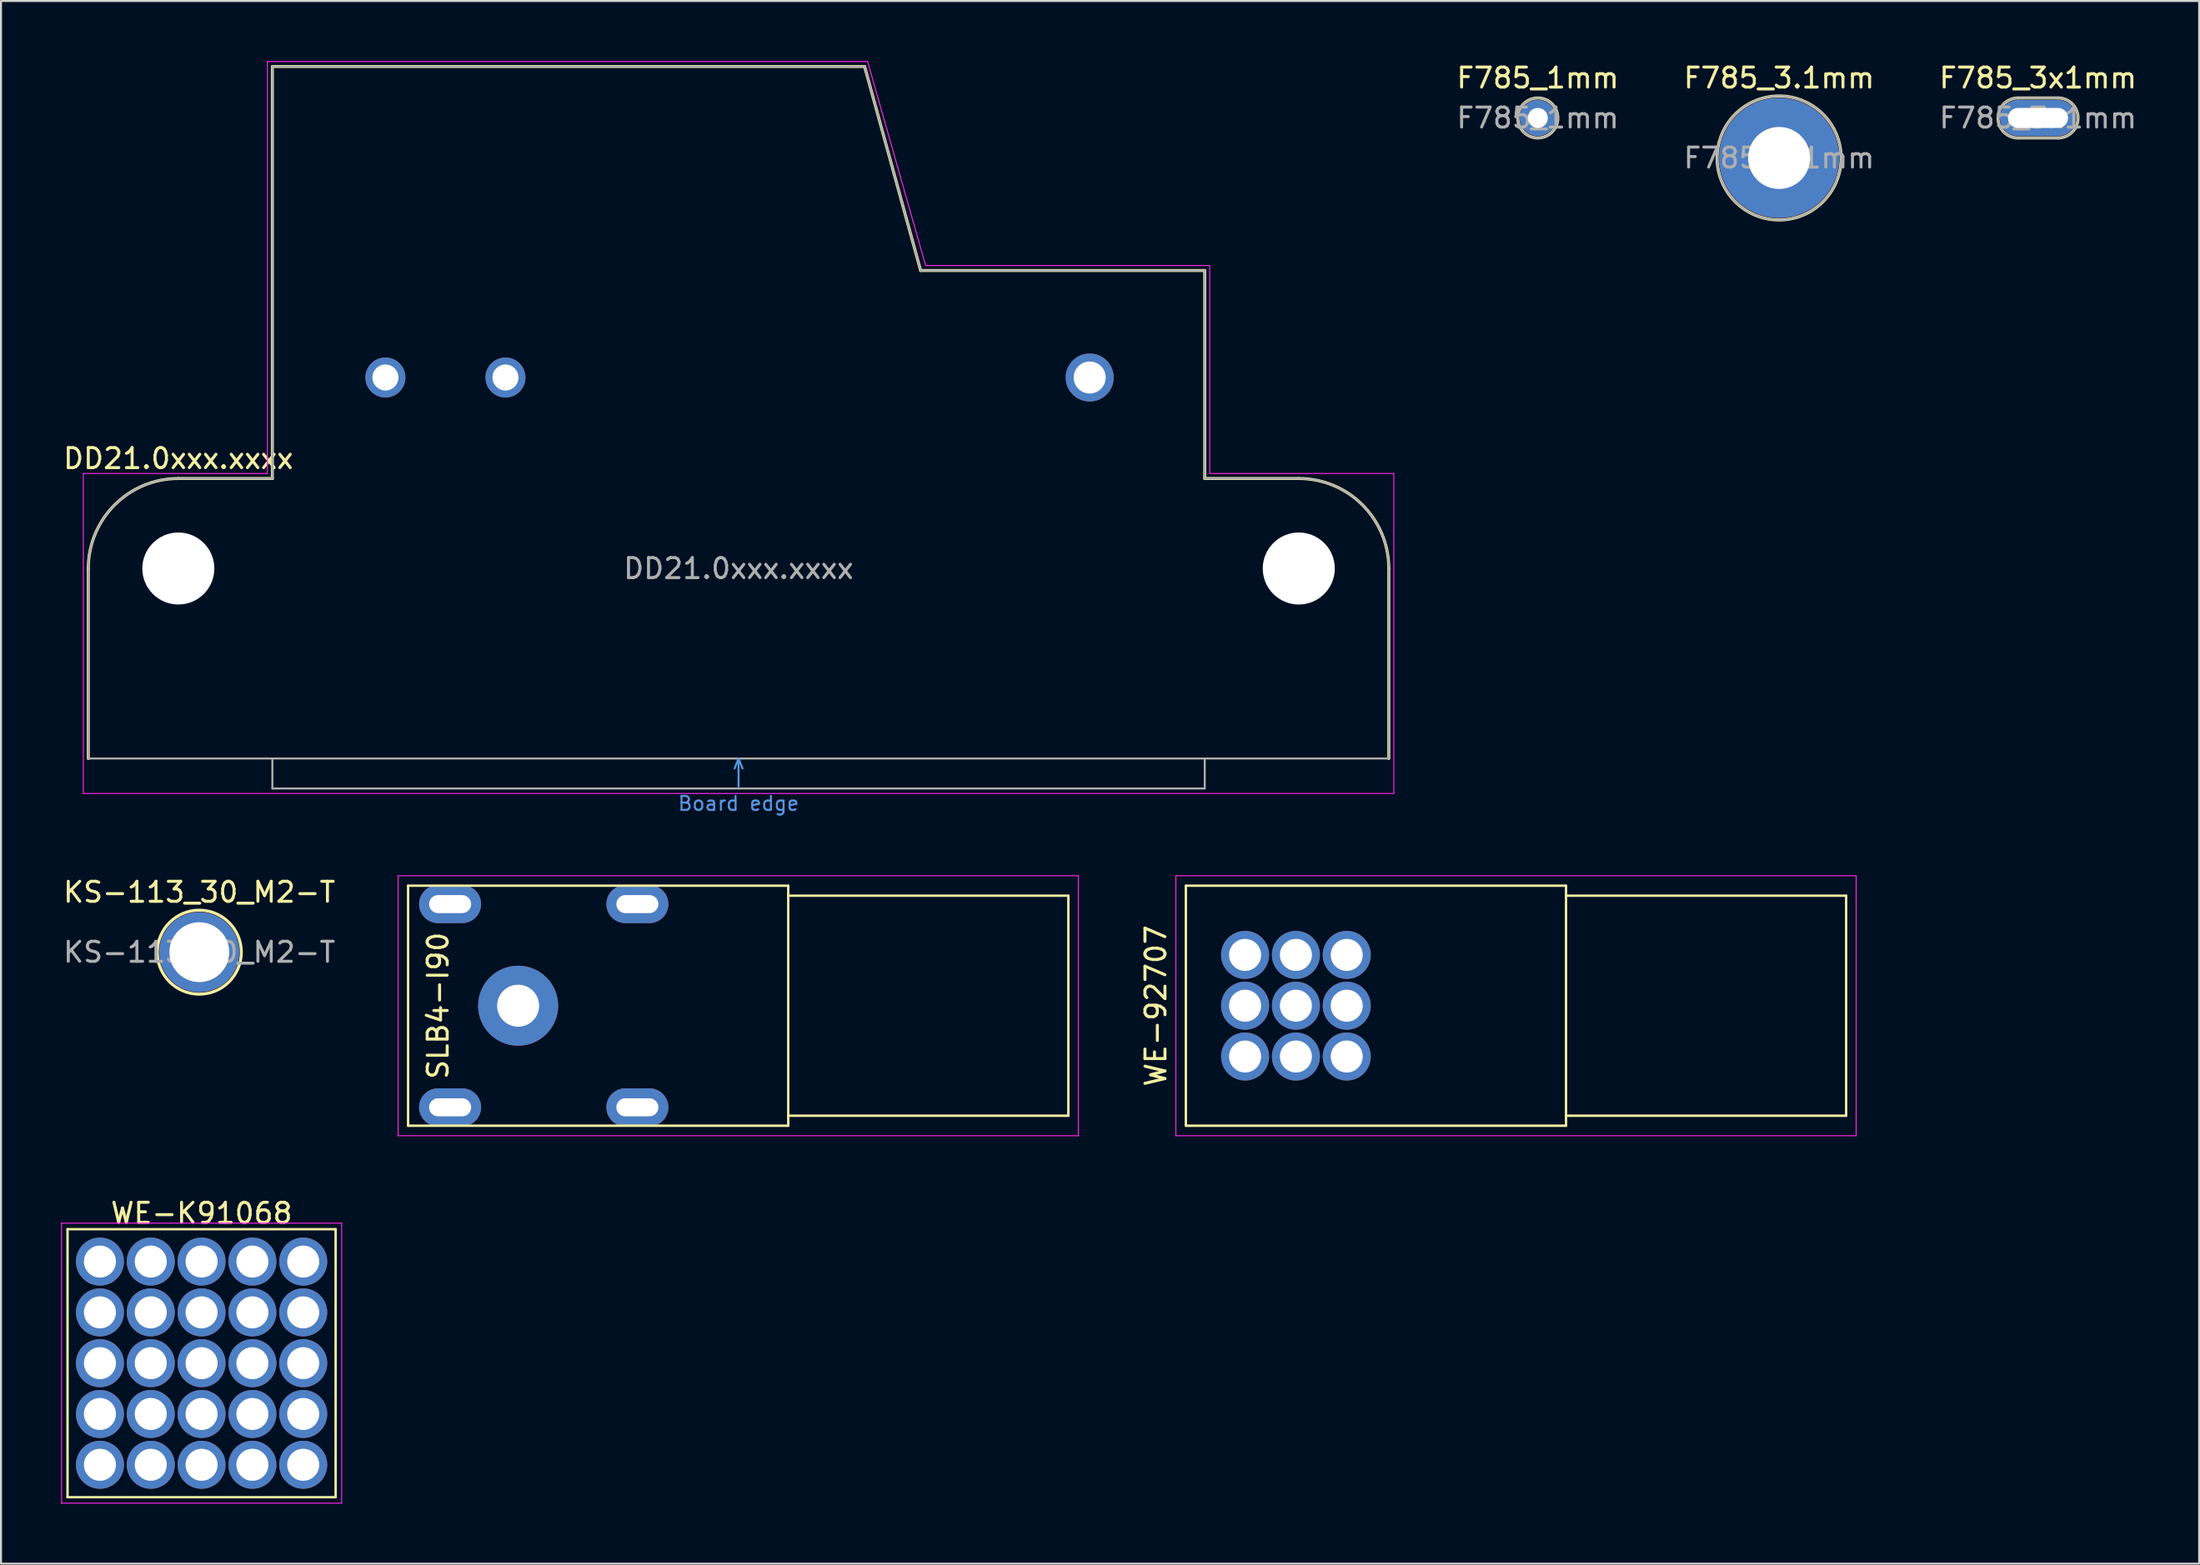
<source format=kicad_pcb>
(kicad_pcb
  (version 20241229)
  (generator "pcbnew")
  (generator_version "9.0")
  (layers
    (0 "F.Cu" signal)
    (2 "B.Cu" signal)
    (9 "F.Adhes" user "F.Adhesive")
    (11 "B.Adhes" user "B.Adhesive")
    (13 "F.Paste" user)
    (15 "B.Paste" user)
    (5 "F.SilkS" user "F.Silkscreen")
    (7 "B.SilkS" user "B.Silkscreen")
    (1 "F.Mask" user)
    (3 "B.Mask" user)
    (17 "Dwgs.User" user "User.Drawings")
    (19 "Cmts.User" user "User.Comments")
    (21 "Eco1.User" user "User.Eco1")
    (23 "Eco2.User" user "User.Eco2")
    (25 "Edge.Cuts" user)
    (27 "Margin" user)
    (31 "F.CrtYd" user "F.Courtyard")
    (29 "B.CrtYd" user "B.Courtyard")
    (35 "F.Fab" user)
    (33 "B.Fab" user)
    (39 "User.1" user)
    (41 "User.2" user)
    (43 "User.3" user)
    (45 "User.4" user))
  (footprint "F785_3x1mm"
    (layer "F.Cu")
    (at 98.811 2.848)
    (property "Reference" "F785_3x1mm" (at 0 -2 0) (layer "F.SilkS") (effects (font (size 1 1) (thickness 0.15))))
    (attr through_hole)
    (fp_line (start -1 -1) (end 1 -1) (stroke (width 0.15) (type solid)) (layer "F.SilkS"))
    (fp_line (start -1 1) (end 1 1) (stroke (width 0.15) (type solid)) (layer "F.SilkS"))
    (fp_arc (start -1 1) (mid -2 0) (end -1 -1) (stroke (width 0.15) (type solid)) (layer "F.SilkS"))
    (fp_arc (start 1 -1) (mid 2 0) (end 1 1) (stroke (width 0.15) (type solid)) (layer "F.SilkS"))
    (fp_line (start -1 -1) (end 1 -1) (stroke (width 0.1) (type solid)) (layer "F.Fab"))
    (fp_line (start -1 1) (end 1 1) (stroke (width 0.1) (type solid)) (layer "F.Fab"))
    (fp_arc (start -1 1) (mid -2 0) (end -1 -1) (stroke (width 0.1) (type solid)) (layer "F.Fab"))
    (fp_arc (start 1 -1) (mid 2 0) (end 1 1) (stroke (width 0.1) (type solid)) (layer "F.Fab"))
    (fp_text user "${REFERENCE}" (at 0 0 0) (layer "F.Fab") (effects (font (size 1 1) (thickness 0.15))))
    (pad "1" thru_hole oval (at 0 0) (size 3.8 1.8) (drill oval 3 1) (layers "*.Cu" "*.Mask")))
  (footprint "F785_1mm"
    (layer "F.Cu")
    (at 73.811 2.848)
    (property "Reference" "F785_1mm" (at 0 -2 0) (layer "F.SilkS") (effects (font (size 1 1) (thickness 0.15))))
    (attr through_hole)
    (fp_circle (center 0 0) (end -1 0) (stroke (width 0.15) (type solid)) (fill no) (layer "F.SilkS"))
    (fp_circle (center 0 0) (end 1 0) (stroke (width 0.1) (type solid)) (fill no) (layer "F.Fab"))
    (fp_text user "${REFERENCE}" (at 0 0 0) (layer "F.Fab") (effects (font (size 1 1) (thickness 0.15))))
    (pad "1" thru_hole circle (at 0 0) (size 1.8 1.8) (drill 1) (layers "*.Cu" "*.Mask")))
  (footprint "SLB4-I90"
    (layer "F.Cu")
    (at 22.846 47.235)
    (property "Reference" "SLB4-I90" (at -4 0 90) (layer "F.SilkS") (effects (font (size 1 1) (thickness 0.15))))
    (attr through_hole)
    (fp_line (start -5.5 -6) (end -5.5 6) (stroke (width 0.12) (type solid)) (layer "F.SilkS"))
    (fp_line (start -5.5 -6) (end 13.5 -6) (stroke (width 0.12) (type solid)) (layer "F.SilkS"))
    (fp_line (start -5.5 6) (end 13.5 6) (stroke (width 0.12) (type solid)) (layer "F.SilkS"))
    (fp_line (start 13.5 -5.5) (end 27.5 -5.5) (stroke (width 0.12) (type solid)) (layer "F.SilkS"))
    (fp_line (start 13.5 5.5) (end 27.5 5.5) (stroke (width 0.12) (type solid)) (layer "F.SilkS"))
    (fp_line (start 13.5 6) (end 13.5 -6) (stroke (width 0.12) (type solid)) (layer "F.SilkS"))
    (fp_line (start 27.5 -5.5) (end 27.5 5.5) (stroke (width 0.12) (type solid)) (layer "F.SilkS"))
    (fp_line (start -6 -6.5) (end -6 6.5) (stroke (width 0.05) (type solid)) (layer "F.CrtYd"))
    (fp_line (start -6 -6.5) (end 28 -6.5) (stroke (width 0.05) (type solid)) (layer "F.CrtYd"))
    (fp_line (start -6 6.5) (end 28 6.5) (stroke (width 0.05) (type solid)) (layer "F.CrtYd"))
    (fp_line (start 28 -6.5) (end 28 6.5) (stroke (width 0.05) (type solid)) (layer "F.CrtYd"))
    (pad "" np_thru_hole oval (at -3.4 -5.08) (size 3.1 1.9) (drill oval 2.1 0.9) (layers "*.Cu" "*.Mask"))
    (pad "" np_thru_hole oval (at -3.4 5.08) (size 3.1 1.9) (drill oval 2.1 0.9) (layers "*.Cu" "*.Mask"))
    (pad "" np_thru_hole oval (at 5.96 -5.08) (size 3.1 1.9) (drill oval 2.1 0.9) (layers "*.Cu" "*.Mask"))
    (pad "" np_thru_hole oval (at 5.96 5.08) (size 3.1 1.9) (drill oval 2.1 0.9) (layers "*.Cu" "*.Mask"))
    (pad "1" thru_hole circle (at 0 0) (size 4 4) (drill 2.1) (layers "*.Cu" "*.Mask")))
  (footprint "F785_3.1mm"
    (layer "F.Cu")
    (at 85.87 4.848)
    (property "Reference" "F785_3.1mm" (at 0 -4 0) (layer "F.SilkS") (effects (font (size 1 1) (thickness 0.15))))
    (attr through_hole)
    (fp_circle (center 0 0) (end 3.1 0) (stroke (width 0.15) (type solid)) (fill no) (layer "F.SilkS"))
    (fp_circle (center 0 0) (end 3.1 0) (stroke (width 0.1) (type solid)) (fill no) (layer "F.Fab"))
    (fp_text user "${REFERENCE}" (at 0 0 0) (layer "F.Fab") (effects (font (size 1 1) (thickness 0.15))))
    (pad "1" thru_hole circle (at 0 0) (size 6 6) (drill 3.1) (layers "*.Cu" "*.Mask")))
  (footprint "WE-92707"
    (layer "F.Cu")
    (at 61.72 47.235)
    (property "Reference" "WE-92707" (at -7 0 90) (layer "F.SilkS") (effects (font (size 1 1) (thickness 0.15))))
    (attr through_hole)
    (fp_line (start -5.5 -6) (end -5.5 6) (stroke (width 0.12) (type solid)) (layer "F.SilkS"))
    (fp_line (start -5.5 -6) (end 13.5 -6) (stroke (width 0.12) (type solid)) (layer "F.SilkS"))
    (fp_line (start -5.5 6) (end 13.5 6) (stroke (width 0.12) (type solid)) (layer "F.SilkS"))
    (fp_line (start 13.5 -5.5) (end 27.5 -5.5) (stroke (width 0.12) (type solid)) (layer "F.SilkS"))
    (fp_line (start 13.5 5.5) (end 27.5 5.5) (stroke (width 0.12) (type solid)) (layer "F.SilkS"))
    (fp_line (start 13.5 6) (end 13.5 -6) (stroke (width 0.12) (type solid)) (layer "F.SilkS"))
    (fp_line (start 27.5 -5.5) (end 27.5 5.5) (stroke (width 0.12) (type solid)) (layer "F.SilkS"))
    (fp_line (start -6 -6.5) (end -6 6.5) (stroke (width 0.05) (type solid)) (layer "F.CrtYd"))
    (fp_line (start -6 -6.5) (end 28 -6.5) (stroke (width 0.05) (type solid)) (layer "F.CrtYd"))
    (fp_line (start -6 6.5) (end 28 6.5) (stroke (width 0.05) (type solid)) (layer "F.CrtYd"))
    (fp_line (start 28 -6.5) (end 28 6.5) (stroke (width 0.05) (type solid)) (layer "F.CrtYd"))
    (pad "1" thru_hole circle (at -2.54 -2.54) (size 2.4 2.4) (drill 1.6) (layers "*.Cu" "*.Mask"))
    (pad "1" thru_hole circle (at -2.54 0) (size 2.4 2.4) (drill 1.6) (layers "*.Cu" "*.Mask"))
    (pad "1" thru_hole circle (at -2.54 2.54) (size 2.4 2.4) (drill 1.6) (layers "*.Cu" "*.Mask"))
    (pad "1" thru_hole circle (at 0 -2.54) (size 2.4 2.4) (drill 1.6) (layers "*.Cu" "*.Mask"))
    (pad "1" thru_hole circle (at 0 0) (size 2.4 2.4) (drill 1.6) (layers "*.Cu" "*.Mask"))
    (pad "1" thru_hole circle (at 0 2.54) (size 2.4 2.4) (drill 1.6) (layers "*.Cu" "*.Mask"))
    (pad "1" thru_hole circle (at 2.54 -2.54) (size 2.4 2.4) (drill 1.6) (layers "*.Cu" "*.Mask"))
    (pad "1" thru_hole circle (at 2.54 0) (size 2.4 2.4) (drill 1.6) (layers "*.Cu" "*.Mask"))
    (pad "1" thru_hole circle (at 2.54 2.54) (size 2.4 2.4) (drill 1.6) (layers "*.Cu" "*.Mask")))
  (footprint "KS-113_30_M2-T"
    (layer "F.Cu")
    (at 6.911 44.558)
    (property "Reference" "KS-113_30_M2-T" (at 0 -3 0) (layer "F.SilkS") (effects (font (size 1 1) (thickness 0.15))))
    (attr through_hole)
    (fp_circle (center 0 0) (end 2.1 0) (stroke (width 0.15) (type solid)) (fill no) (layer "F.SilkS"))
    (fp_circle (center 0 0) (end 1 0) (stroke (width 0.1) (type solid)) (fill no) (layer "F.Fab"))
    (fp_text user "${REFERENCE}" (at 0 0 0) (layer "F.Fab") (effects (font (size 1 1) (thickness 0.15))))
    (pad "1" thru_hole circle (at 0 0) (size 4 4) (drill 2.99) (layers "*.Cu" "*.Mask")))
  (footprint "DD21.0xxx.xxxx"
    (layer "F.Cu")
    (at 33.863 34.875)
    (property "Reference" "DD21.0xxx.xxxx" (at -28 -15 0) (layer "F.SilkS") (effects (font (size 1 1) (thickness 0.15))))
    (attr through_hole)
    (fp_line (start -32.5 0) (end -32.5 -9.5) (stroke (width 0.15) (type solid)) (layer "F.SilkS"))
    (fp_line (start -28 -14) (end -23.3 -14) (stroke (width 0.15) (type solid)) (layer "F.SilkS"))
    (fp_line (start -23.3 -14) (end -23.3 -34.6) (stroke (width 0.15) (type solid)) (layer "F.SilkS"))
    (fp_line (start 6.3 -34.6) (end -23.3 -34.6) (stroke (width 0.15) (type solid)) (layer "F.SilkS"))
    (fp_line (start 9.1 -24.4) (end 6.3 -34.6) (stroke (width 0.15) (type solid)) (layer "F.SilkS"))
    (fp_line (start 23.3 -24.4) (end 9.1 -24.4) (stroke (width 0.15) (type solid)) (layer "F.SilkS"))
    (fp_line (start 23.3 -14) (end 23.3 -24.4) (stroke (width 0.15) (type solid)) (layer "F.SilkS"))
    (fp_line (start 28 -14) (end 23.3 -14) (stroke (width 0.15) (type solid)) (layer "F.SilkS"))
    (fp_line (start 32.5 0) (end 32.5 -9.5) (stroke (width 0.15) (type solid)) (layer "F.SilkS"))
    (fp_arc (start -32.5 -9.5) (mid -31.181981 -12.681981) (end -28 -14) (stroke (width 0.15) (type solid)) (layer "F.SilkS"))
    (fp_arc (start 28 -14) (mid 31.181981 -12.681981) (end 32.5 -9.5) (stroke (width 0.15) (type solid)) (layer "F.SilkS"))
    (fp_line (start 0 0) (end -0.2 0.5) (stroke (width 0.1) (type solid)) (layer "Cmts.User"))
    (fp_line (start 0 0) (end 0.2 0.5) (stroke (width 0.1) (type solid)) (layer "Cmts.User"))
    (fp_line (start 0 1.4) (end 0 0) (stroke (width 0.1) (type solid)) (layer "Cmts.User"))
    (fp_line (start -32.75 -14.25) (end -23.55 -14.25) (stroke (width 0.05) (type solid)) (layer "F.CrtYd"))
    (fp_line (start -32.75 1.75) (end -32.75 -14.25) (stroke (width 0.05) (type solid)) (layer "F.CrtYd"))
    (fp_line (start -23.55 -34.85) (end 6.45 -34.85) (stroke (width 0.05) (type solid)) (layer "F.CrtYd"))
    (fp_line (start -23.55 -14.25) (end -23.55 -34.85) (stroke (width 0.05) (type solid)) (layer "F.CrtYd"))
    (fp_line (start 6.45 -34.85) (end 9.35 -24.65) (stroke (width 0.05) (type solid)) (layer "F.CrtYd"))
    (fp_line (start 9.35 -24.65) (end 23.55 -24.65) (stroke (width 0.05) (type solid)) (layer "F.CrtYd"))
    (fp_line (start 23.55 -24.65) (end 23.55 -14.25) (stroke (width 0.05) (type solid)) (layer "F.CrtYd"))
    (fp_line (start 23.55 -14.25) (end 32.75 -14.25) (stroke (width 0.05) (type solid)) (layer "F.CrtYd"))
    (fp_line (start 32.75 -14.25) (end 32.75 1.75) (stroke (width 0.05) (type solid)) (layer "F.CrtYd"))
    (fp_line (start 32.75 1.75) (end -32.75 1.75) (stroke (width 0.05) (type solid)) (layer "F.CrtYd"))
    (fp_line (start -32.5 0) (end -32.5 -9.5) (stroke (width 0.1) (type solid)) (layer "F.Fab"))
    (fp_line (start -32.5 0) (end 32.5 0) (stroke (width 0.1) (type solid)) (layer "F.Fab"))
    (fp_line (start -28 -14) (end -23.3 -14) (stroke (width 0.1) (type solid)) (layer "F.Fab"))
    (fp_line (start -23.3 -14) (end -23.3 -34.6) (stroke (width 0.1) (type solid)) (layer "F.Fab"))
    (fp_line (start -23.3 0) (end -23.3 1.5) (stroke (width 0.1) (type solid)) (layer "F.Fab"))
    (fp_line (start -23.3 1.5) (end 23.3 1.5) (stroke (width 0.1) (type solid)) (layer "F.Fab"))
    (fp_line (start 6.3 -34.6) (end -23.3 -34.6) (stroke (width 0.1) (type solid)) (layer "F.Fab"))
    (fp_line (start 9.1 -24.4) (end 6.3 -34.6) (stroke (width 0.1) (type solid)) (layer "F.Fab"))
    (fp_line (start 23.3 -24.4) (end 9.1 -24.4) (stroke (width 0.1) (type solid)) (layer "F.Fab"))
    (fp_line (start 23.3 -14) (end 23.3 -24.4) (stroke (width 0.1) (type solid)) (layer "F.Fab"))
    (fp_line (start 23.3 0) (end 23.3 1.5) (stroke (width 0.1) (type solid)) (layer "F.Fab"))
    (fp_line (start 28 -14) (end 23.3 -14) (stroke (width 0.1) (type solid)) (layer "F.Fab"))
    (fp_line (start 32.5 0) (end 32.5 -9.5) (stroke (width 0.1) (type solid)) (layer "F.Fab"))
    (fp_arc (start -32.5 -9.5) (mid -31.181981 -12.681981) (end -28 -14) (stroke (width 0.1) (type solid)) (layer "F.Fab"))
    (fp_arc (start 28 -14) (mid 31.181981 -12.681981) (end 32.5 -9.5) (stroke (width 0.1) (type solid)) (layer "F.Fab"))
    (fp_text user "Board edge" (at 0 2.25 0) (layer "Cmts.User") (effects (font (size 0.7 0.7) (thickness 0.1))))
    (fp_text user "${REFERENCE}" (at 0 -9.5 0) (layer "F.Fab") (effects (font (size 1 1) (thickness 0.15))))
    (pad "" np_thru_hole circle (at -28 -9.5) (size 3.6 3.6) (drill 3.6) (layers "*.Cu" "*.Mask"))
    (pad "" np_thru_hole circle (at 28 -9.5) (size 3.6 3.6) (drill 3.6) (layers "*.Cu" "*.Mask"))
    (pad "L" thru_hole circle (at -17.65 -19.05) (size 2 2) (drill 1.3) (layers "*.Cu" "*.Mask"))
    (pad "N" thru_hole circle (at -11.65 -19.05) (size 2 2) (drill 1.3) (layers "*.Cu" "*.Mask"))
    (pad "PE" thru_hole circle (at 17.55 -19.05) (size 2.4 2.4) (drill 1.6) (layers "*.Cu" "*.Mask")))
  (footprint "WE-K91068"
    (layer "F.Cu")
    (at 7.025 65.108)
    (property "Reference" "WE-K91068" (at 0 -7.5 0) (layer "F.SilkS") (effects (font (size 1 1) (thickness 0.15))))
    (attr through_hole)
    (fp_line (start -6.7 -6.7) (end -6.7 6.7) (stroke (width 0.12) (type solid)) (layer "F.SilkS"))
    (fp_line (start -6.7 -6.7) (end 6.7 -6.7) (stroke (width 0.12) (type solid)) (layer "F.SilkS"))
    (fp_line (start -6.7 6.7) (end 6.7 6.7) (stroke (width 0.12) (type solid)) (layer "F.SilkS"))
    (fp_line (start 6.7 6.7) (end 6.7 -6.7) (stroke (width 0.12) (type solid)) (layer "F.SilkS"))
    (fp_line (start -7 -7) (end -7 7) (stroke (width 0.05) (type solid)) (layer "F.CrtYd"))
    (fp_line (start -7 -7) (end 7 -7) (stroke (width 0.05) (type solid)) (layer "F.CrtYd"))
    (fp_line (start -7 7) (end 7 7) (stroke (width 0.05) (type solid)) (layer "F.CrtYd"))
    (fp_line (start 7 -7) (end 7 7) (stroke (width 0.05) (type solid)) (layer "F.CrtYd"))
    (pad "1" thru_hole circle (at -5.08 -5.08) (size 2.4 2.4) (drill 1.6) (layers "*.Cu" "*.Mask"))
    (pad "1" thru_hole circle (at -5.08 -2.54) (size 2.4 2.4) (drill 1.6) (layers "*.Cu" "*.Mask"))
    (pad "1" thru_hole circle (at -5.08 0) (size 2.4 2.4) (drill 1.6) (layers "*.Cu" "*.Mask"))
    (pad "1" thru_hole circle (at -5.08 2.54) (size 2.4 2.4) (drill 1.6) (layers "*.Cu" "*.Mask"))
    (pad "1" thru_hole circle (at -5.08 5.08) (size 2.4 2.4) (drill 1.6) (layers "*.Cu" "*.Mask"))
    (pad "1" thru_hole circle (at -2.54 -5.08) (size 2.4 2.4) (drill 1.6) (layers "*.Cu" "*.Mask"))
    (pad "1" thru_hole circle (at -2.54 -2.54) (size 2.4 2.4) (drill 1.6) (layers "*.Cu" "*.Mask"))
    (pad "1" thru_hole circle (at -2.54 0) (size 2.4 2.4) (drill 1.6) (layers "*.Cu" "*.Mask"))
    (pad "1" thru_hole circle (at -2.54 2.54) (size 2.4 2.4) (drill 1.6) (layers "*.Cu" "*.Mask"))
    (pad "1" thru_hole circle (at -2.54 5.08) (size 2.4 2.4) (drill 1.6) (layers "*.Cu" "*.Mask"))
    (pad "1" thru_hole circle (at 0 -5.08) (size 2.4 2.4) (drill 1.6) (layers "*.Cu" "*.Mask"))
    (pad "1" thru_hole circle (at 0 -2.54) (size 2.4 2.4) (drill 1.6) (layers "*.Cu" "*.Mask"))
    (pad "1" thru_hole circle (at 0 0) (size 2.4 2.4) (drill 1.6) (layers "*.Cu" "*.Mask"))
    (pad "1" thru_hole circle (at 0 2.54) (size 2.4 2.4) (drill 1.6) (layers "*.Cu" "*.Mask"))
    (pad "1" thru_hole circle (at 0 5.08) (size 2.4 2.4) (drill 1.6) (layers "*.Cu" "*.Mask"))
    (pad "1" thru_hole circle (at 2.54 -5.08) (size 2.4 2.4) (drill 1.6) (layers "*.Cu" "*.Mask"))
    (pad "1" thru_hole circle (at 2.54 -2.54) (size 2.4 2.4) (drill 1.6) (layers "*.Cu" "*.Mask"))
    (pad "1" thru_hole circle (at 2.54 0) (size 2.4 2.4) (drill 1.6) (layers "*.Cu" "*.Mask"))
    (pad "1" thru_hole circle (at 2.54 2.54) (size 2.4 2.4) (drill 1.6) (layers "*.Cu" "*.Mask"))
    (pad "1" thru_hole circle (at 2.54 5.08) (size 2.4 2.4) (drill 1.6) (layers "*.Cu" "*.Mask"))
    (pad "1" thru_hole circle (at 5.08 -5.08) (size 2.4 2.4) (drill 1.6) (layers "*.Cu" "*.Mask"))
    (pad "1" thru_hole circle (at 5.08 -2.54) (size 2.4 2.4) (drill 1.6) (layers "*.Cu" "*.Mask"))
    (pad "1" thru_hole circle (at 5.08 0) (size 2.4 2.4) (drill 1.6) (layers "*.Cu" "*.Mask"))
    (pad "1" thru_hole circle (at 5.08 2.54) (size 2.4 2.4) (drill 1.6) (layers "*.Cu" "*.Mask"))
    (pad "1" thru_hole circle (at 5.08 5.08) (size 2.4 2.4) (drill 1.6) (layers "*.Cu" "*.Mask")))
  (gr_rect
    (start -3 -3)
    (end 106.864 75.133)
    (stroke (width 0.1) (type default))
    (fill no)
    (layer "Edge.Cuts")))
</source>
